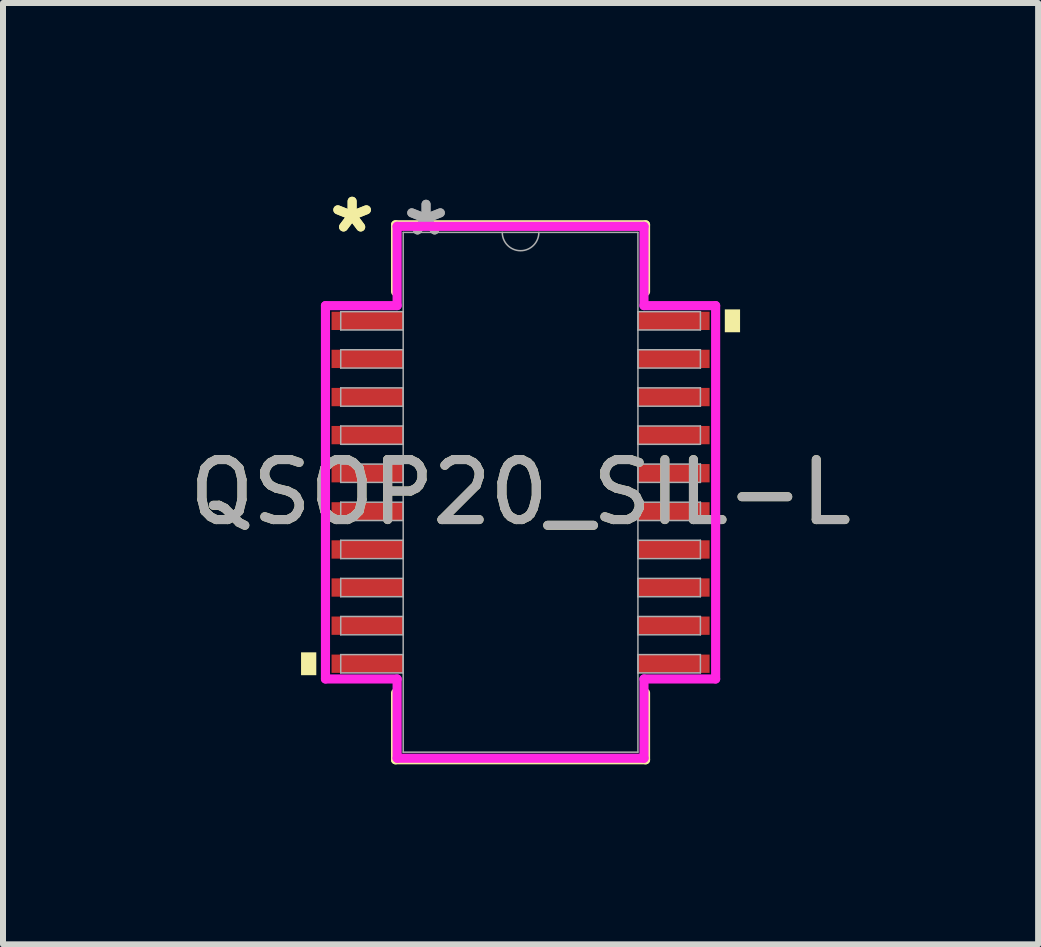
<source format=kicad_pcb>
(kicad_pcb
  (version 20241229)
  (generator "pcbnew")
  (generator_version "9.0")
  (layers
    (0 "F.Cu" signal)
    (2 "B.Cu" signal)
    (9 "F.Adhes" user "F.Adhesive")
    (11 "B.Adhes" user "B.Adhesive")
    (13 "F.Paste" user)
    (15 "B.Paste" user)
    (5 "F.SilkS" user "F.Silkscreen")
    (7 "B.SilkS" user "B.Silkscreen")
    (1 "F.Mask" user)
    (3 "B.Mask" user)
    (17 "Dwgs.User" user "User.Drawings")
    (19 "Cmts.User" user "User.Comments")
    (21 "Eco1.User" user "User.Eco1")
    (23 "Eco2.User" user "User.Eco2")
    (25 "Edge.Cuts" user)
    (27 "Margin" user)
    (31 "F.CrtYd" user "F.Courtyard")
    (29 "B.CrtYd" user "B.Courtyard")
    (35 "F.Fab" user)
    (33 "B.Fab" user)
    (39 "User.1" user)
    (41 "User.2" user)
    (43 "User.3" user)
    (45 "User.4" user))
  (footprint "QSOP20_SIL-L"
    (layer "F.Cu")
    (at 5.625 5.154)
    (property "Reference" "QSOP20_SIL-L" (at 0 0 0) (unlocked yes) (layer "F.SilkS") (effects (font (size 1 1) (thickness 0.15))))
    (attr smd)
    (fp_line (start -2.083 -4.458) (end -2.083 -3.343) (stroke (width 0.152) (type solid)) (layer "F.SilkS"))
    (fp_line (start -2.083 3.343) (end -2.083 4.458) (stroke (width 0.152) (type solid)) (layer "F.SilkS"))
    (fp_line (start -2.083 4.458) (end 2.083 4.458) (stroke (width 0.152) (type solid)) (layer "F.SilkS"))
    (fp_line (start 2.083 -4.458) (end -2.083 -4.458) (stroke (width 0.152) (type solid)) (layer "F.SilkS"))
    (fp_line (start 2.083 -3.343) (end 2.083 -4.458) (stroke (width 0.152) (type solid)) (layer "F.SilkS"))
    (fp_line (start 2.083 4.458) (end 2.083 3.343) (stroke (width 0.152) (type solid)) (layer "F.SilkS"))
    (fp_poly (pts (xy -3.658 2.667) (xy -3.658 3.048) (xy -3.404 3.048) (xy -3.404 2.667)) (stroke (width 0) (type solid)) (fill yes) (layer "F.SilkS"))
    (fp_poly (pts (xy 3.658 -3.048) (xy 3.658 -2.667) (xy 3.404 -2.667) (xy 3.404 -3.048)) (stroke (width 0) (type solid)) (fill yes) (layer "F.SilkS"))
    (fp_line (start -3.251 -3.111) (end -2.057 -3.111) (stroke (width 0.152) (type solid)) (layer "F.CrtYd"))
    (fp_line (start -3.251 3.111) (end -3.251 -3.111) (stroke (width 0.152) (type solid)) (layer "F.CrtYd"))
    (fp_line (start -3.251 3.111) (end -2.057 3.111) (stroke (width 0.152) (type solid)) (layer "F.CrtYd"))
    (fp_line (start -2.057 -4.432) (end 2.057 -4.432) (stroke (width 0.152) (type solid)) (layer "F.CrtYd"))
    (fp_line (start -2.057 -3.111) (end -2.057 -4.432) (stroke (width 0.152) (type solid)) (layer "F.CrtYd"))
    (fp_line (start -2.057 4.432) (end -2.057 3.111) (stroke (width 0.152) (type solid)) (layer "F.CrtYd"))
    (fp_line (start 2.057 -4.432) (end 2.057 -3.111) (stroke (width 0.152) (type solid)) (layer "F.CrtYd"))
    (fp_line (start 2.057 3.111) (end 2.057 4.432) (stroke (width 0.152) (type solid)) (layer "F.CrtYd"))
    (fp_line (start 2.057 4.432) (end -2.057 4.432) (stroke (width 0.152) (type solid)) (layer "F.CrtYd"))
    (fp_line (start 3.251 -3.111) (end 2.057 -3.111) (stroke (width 0.152) (type solid)) (layer "F.CrtYd"))
    (fp_line (start 3.251 -3.111) (end 3.251 3.111) (stroke (width 0.152) (type solid)) (layer "F.CrtYd"))
    (fp_line (start 3.251 3.111) (end 2.057 3.111) (stroke (width 0.152) (type solid)) (layer "F.CrtYd"))
    (fp_line (start -2.997 -3.01) (end -2.997 -2.705) (stroke (width 0.025) (type solid)) (layer "F.Fab"))
    (fp_line (start -2.997 -2.705) (end -1.956 -2.705) (stroke (width 0.025) (type solid)) (layer "F.Fab"))
    (fp_line (start -2.997 -2.375) (end -2.997 -2.07) (stroke (width 0.025) (type solid)) (layer "F.Fab"))
    (fp_line (start -2.997 -2.07) (end -1.956 -2.07) (stroke (width 0.025) (type solid)) (layer "F.Fab"))
    (fp_line (start -2.997 -1.74) (end -2.997 -1.435) (stroke (width 0.025) (type solid)) (layer "F.Fab"))
    (fp_line (start -2.997 -1.435) (end -1.956 -1.435) (stroke (width 0.025) (type solid)) (layer "F.Fab"))
    (fp_line (start -2.997 -1.105) (end -2.997 -0.8) (stroke (width 0.025) (type solid)) (layer "F.Fab"))
    (fp_line (start -2.997 -0.8) (end -1.956 -0.8) (stroke (width 0.025) (type solid)) (layer "F.Fab"))
    (fp_line (start -2.997 -0.47) (end -2.997 -0.165) (stroke (width 0.025) (type solid)) (layer "F.Fab"))
    (fp_line (start -2.997 -0.165) (end -1.956 -0.165) (stroke (width 0.025) (type solid)) (layer "F.Fab"))
    (fp_line (start -2.997 0.165) (end -2.997 0.47) (stroke (width 0.025) (type solid)) (layer "F.Fab"))
    (fp_line (start -2.997 0.47) (end -1.956 0.47) (stroke (width 0.025) (type solid)) (layer "F.Fab"))
    (fp_line (start -2.997 0.8) (end -2.997 1.105) (stroke (width 0.025) (type solid)) (layer "F.Fab"))
    (fp_line (start -2.997 1.105) (end -1.956 1.105) (stroke (width 0.025) (type solid)) (layer "F.Fab"))
    (fp_line (start -2.997 1.435) (end -2.997 1.74) (stroke (width 0.025) (type solid)) (layer "F.Fab"))
    (fp_line (start -2.997 1.74) (end -1.956 1.74) (stroke (width 0.025) (type solid)) (layer "F.Fab"))
    (fp_line (start -2.997 2.07) (end -2.997 2.375) (stroke (width 0.025) (type solid)) (layer "F.Fab"))
    (fp_line (start -2.997 2.375) (end -1.956 2.375) (stroke (width 0.025) (type solid)) (layer "F.Fab"))
    (fp_line (start -2.997 2.705) (end -2.997 3.01) (stroke (width 0.025) (type solid)) (layer "F.Fab"))
    (fp_line (start -2.997 3.01) (end -1.956 3.01) (stroke (width 0.025) (type solid)) (layer "F.Fab"))
    (fp_line (start -1.956 -4.331) (end -1.956 4.331) (stroke (width 0.025) (type solid)) (layer "F.Fab"))
    (fp_line (start -1.956 -3.01) (end -2.997 -3.01) (stroke (width 0.025) (type solid)) (layer "F.Fab"))
    (fp_line (start -1.956 -2.705) (end -1.956 -3.01) (stroke (width 0.025) (type solid)) (layer "F.Fab"))
    (fp_line (start -1.956 -2.375) (end -2.997 -2.375) (stroke (width 0.025) (type solid)) (layer "F.Fab"))
    (fp_line (start -1.956 -2.07) (end -1.956 -2.375) (stroke (width 0.025) (type solid)) (layer "F.Fab"))
    (fp_line (start -1.956 -1.74) (end -2.997 -1.74) (stroke (width 0.025) (type solid)) (layer "F.Fab"))
    (fp_line (start -1.956 -1.435) (end -1.956 -1.74) (stroke (width 0.025) (type solid)) (layer "F.Fab"))
    (fp_line (start -1.956 -1.105) (end -2.997 -1.105) (stroke (width 0.025) (type solid)) (layer "F.Fab"))
    (fp_line (start -1.956 -0.8) (end -1.956 -1.105) (stroke (width 0.025) (type solid)) (layer "F.Fab"))
    (fp_line (start -1.956 -0.47) (end -2.997 -0.47) (stroke (width 0.025) (type solid)) (layer "F.Fab"))
    (fp_line (start -1.956 -0.165) (end -1.956 -0.47) (stroke (width 0.025) (type solid)) (layer "F.Fab"))
    (fp_line (start -1.956 0.165) (end -2.997 0.165) (stroke (width 0.025) (type solid)) (layer "F.Fab"))
    (fp_line (start -1.956 0.47) (end -1.956 0.165) (stroke (width 0.025) (type solid)) (layer "F.Fab"))
    (fp_line (start -1.956 0.8) (end -2.997 0.8) (stroke (width 0.025) (type solid)) (layer "F.Fab"))
    (fp_line (start -1.956 1.105) (end -1.956 0.8) (stroke (width 0.025) (type solid)) (layer "F.Fab"))
    (fp_line (start -1.956 1.435) (end -2.997 1.435) (stroke (width 0.025) (type solid)) (layer "F.Fab"))
    (fp_line (start -1.956 1.74) (end -1.956 1.435) (stroke (width 0.025) (type solid)) (layer "F.Fab"))
    (fp_line (start -1.956 2.07) (end -2.997 2.07) (stroke (width 0.025) (type solid)) (layer "F.Fab"))
    (fp_line (start -1.956 2.375) (end -1.956 2.07) (stroke (width 0.025) (type solid)) (layer "F.Fab"))
    (fp_line (start -1.956 2.705) (end -2.997 2.705) (stroke (width 0.025) (type solid)) (layer "F.Fab"))
    (fp_line (start -1.956 3.01) (end -1.956 2.705) (stroke (width 0.025) (type solid)) (layer "F.Fab"))
    (fp_line (start -1.956 4.331) (end 1.956 4.331) (stroke (width 0.025) (type solid)) (layer "F.Fab"))
    (fp_line (start 1.956 -4.331) (end -1.956 -4.331) (stroke (width 0.025) (type solid)) (layer "F.Fab"))
    (fp_line (start 1.956 -3.01) (end 1.956 -2.705) (stroke (width 0.025) (type solid)) (layer "F.Fab"))
    (fp_line (start 1.956 -2.705) (end 2.997 -2.705) (stroke (width 0.025) (type solid)) (layer "F.Fab"))
    (fp_line (start 1.956 -2.375) (end 1.956 -2.07) (stroke (width 0.025) (type solid)) (layer "F.Fab"))
    (fp_line (start 1.956 -2.07) (end 2.997 -2.07) (stroke (width 0.025) (type solid)) (layer "F.Fab"))
    (fp_line (start 1.956 -1.74) (end 1.956 -1.435) (stroke (width 0.025) (type solid)) (layer "F.Fab"))
    (fp_line (start 1.956 -1.435) (end 2.997 -1.435) (stroke (width 0.025) (type solid)) (layer "F.Fab"))
    (fp_line (start 1.956 -1.105) (end 1.956 -0.8) (stroke (width 0.025) (type solid)) (layer "F.Fab"))
    (fp_line (start 1.956 -0.8) (end 2.997 -0.8) (stroke (width 0.025) (type solid)) (layer "F.Fab"))
    (fp_line (start 1.956 -0.47) (end 1.956 -0.165) (stroke (width 0.025) (type solid)) (layer "F.Fab"))
    (fp_line (start 1.956 -0.165) (end 2.997 -0.165) (stroke (width 0.025) (type solid)) (layer "F.Fab"))
    (fp_line (start 1.956 0.165) (end 1.956 0.47) (stroke (width 0.025) (type solid)) (layer "F.Fab"))
    (fp_line (start 1.956 0.47) (end 2.997 0.47) (stroke (width 0.025) (type solid)) (layer "F.Fab"))
    (fp_line (start 1.956 0.8) (end 1.956 1.105) (stroke (width 0.025) (type solid)) (layer "F.Fab"))
    (fp_line (start 1.956 1.105) (end 2.997 1.105) (stroke (width 0.025) (type solid)) (layer "F.Fab"))
    (fp_line (start 1.956 1.435) (end 1.956 1.74) (stroke (width 0.025) (type solid)) (layer "F.Fab"))
    (fp_line (start 1.956 1.74) (end 2.997 1.74) (stroke (width 0.025) (type solid)) (layer "F.Fab"))
    (fp_line (start 1.956 2.07) (end 1.956 2.375) (stroke (width 0.025) (type solid)) (layer "F.Fab"))
    (fp_line (start 1.956 2.375) (end 2.997 2.375) (stroke (width 0.025) (type solid)) (layer "F.Fab"))
    (fp_line (start 1.956 2.705) (end 1.956 3.01) (stroke (width 0.025) (type solid)) (layer "F.Fab"))
    (fp_line (start 1.956 3.01) (end 2.997 3.01) (stroke (width 0.025) (type solid)) (layer "F.Fab"))
    (fp_line (start 1.956 4.331) (end 1.956 -4.331) (stroke (width 0.025) (type solid)) (layer "F.Fab"))
    (fp_line (start 2.997 -3.01) (end 1.956 -3.01) (stroke (width 0.025) (type solid)) (layer "F.Fab"))
    (fp_line (start 2.997 -2.705) (end 2.997 -3.01) (stroke (width 0.025) (type solid)) (layer "F.Fab"))
    (fp_line (start 2.997 -2.375) (end 1.956 -2.375) (stroke (width 0.025) (type solid)) (layer "F.Fab"))
    (fp_line (start 2.997 -2.07) (end 2.997 -2.375) (stroke (width 0.025) (type solid)) (layer "F.Fab"))
    (fp_line (start 2.997 -1.74) (end 1.956 -1.74) (stroke (width 0.025) (type solid)) (layer "F.Fab"))
    (fp_line (start 2.997 -1.435) (end 2.997 -1.74) (stroke (width 0.025) (type solid)) (layer "F.Fab"))
    (fp_line (start 2.997 -1.105) (end 1.956 -1.105) (stroke (width 0.025) (type solid)) (layer "F.Fab"))
    (fp_line (start 2.997 -0.8) (end 2.997 -1.105) (stroke (width 0.025) (type solid)) (layer "F.Fab"))
    (fp_line (start 2.997 -0.47) (end 1.956 -0.47) (stroke (width 0.025) (type solid)) (layer "F.Fab"))
    (fp_line (start 2.997 -0.165) (end 2.997 -0.47) (stroke (width 0.025) (type solid)) (layer "F.Fab"))
    (fp_line (start 2.997 0.165) (end 1.956 0.165) (stroke (width 0.025) (type solid)) (layer "F.Fab"))
    (fp_line (start 2.997 0.47) (end 2.997 0.165) (stroke (width 0.025) (type solid)) (layer "F.Fab"))
    (fp_line (start 2.997 0.8) (end 1.956 0.8) (stroke (width 0.025) (type solid)) (layer "F.Fab"))
    (fp_line (start 2.997 1.105) (end 2.997 0.8) (stroke (width 0.025) (type solid)) (layer "F.Fab"))
    (fp_line (start 2.997 1.435) (end 1.956 1.435) (stroke (width 0.025) (type solid)) (layer "F.Fab"))
    (fp_line (start 2.997 1.74) (end 2.997 1.435) (stroke (width 0.025) (type solid)) (layer "F.Fab"))
    (fp_line (start 2.997 2.07) (end 1.956 2.07) (stroke (width 0.025) (type solid)) (layer "F.Fab"))
    (fp_line (start 2.997 2.375) (end 2.997 2.07) (stroke (width 0.025) (type solid)) (layer "F.Fab"))
    (fp_line (start 2.997 2.705) (end 1.956 2.705) (stroke (width 0.025) (type solid)) (layer "F.Fab"))
    (fp_line (start 2.997 3.01) (end 2.997 2.705) (stroke (width 0.025) (type solid)) (layer "F.Fab"))
    (fp_arc (start 0.3048 -4.3307) (mid 0 -4.0259) (end -0.3048 -4.3307) (stroke (width 0.0254) (type solid)) (layer "F.Fab"))
    (fp_text user "*" (at -2.807 -4.305 0) (unlocked yes) (layer "F.SilkS") (effects (font (size 1 1) (thickness 0.15))))
    (fp_text user "*" (at -2.807 -4.305 0) (layer "F.SilkS") (effects (font (size 1 1) (thickness 0.15))))
    (fp_text user "*" (at -1.575 -4.255 0) (layer "F.Fab") (effects (font (size 1 1) (thickness 0.15))))
    (fp_text user "*" (at -1.575 -4.255 0) (unlocked yes) (layer "F.Fab") (effects (font (size 1 1) (thickness 0.15))))
    (fp_text user "${REFERENCE}" (at 0 0 0) (unlocked yes) (layer "F.Fab") (effects (font (size 1 1) (thickness 0.15))))
    (pad "1" smd rect (at -2.553 -2.857) (size 1.194 0.305) (layers "F.Cu" "F.Mask" "F.Paste"))
    (pad "2" smd rect (at -2.553 -2.223) (size 1.194 0.305) (layers "F.Cu" "F.Mask" "F.Paste"))
    (pad "3" smd rect (at -2.553 -1.587) (size 1.194 0.305) (layers "F.Cu" "F.Mask" "F.Paste"))
    (pad "4" smd rect (at -2.553 -0.953) (size 1.194 0.305) (layers "F.Cu" "F.Mask" "F.Paste"))
    (pad "5" smd rect (at -2.553 -0.318) (size 1.194 0.305) (layers "F.Cu" "F.Mask" "F.Paste"))
    (pad "6" smd rect (at -2.553 0.318) (size 1.194 0.305) (layers "F.Cu" "F.Mask" "F.Paste"))
    (pad "7" smd rect (at -2.553 0.953) (size 1.194 0.305) (layers "F.Cu" "F.Mask" "F.Paste"))
    (pad "8" smd rect (at -2.553 1.587) (size 1.194 0.305) (layers "F.Cu" "F.Mask" "F.Paste"))
    (pad "9" smd rect (at -2.553 2.223) (size 1.194 0.305) (layers "F.Cu" "F.Mask" "F.Paste"))
    (pad "10" smd rect (at -2.553 2.857) (size 1.194 0.305) (layers "F.Cu" "F.Mask" "F.Paste"))
    (pad "11" smd rect (at 2.553 2.857) (size 1.194 0.305) (layers "F.Cu" "F.Mask" "F.Paste"))
    (pad "12" smd rect (at 2.553 2.223) (size 1.194 0.305) (layers "F.Cu" "F.Mask" "F.Paste"))
    (pad "13" smd rect (at 2.553 1.587) (size 1.194 0.305) (layers "F.Cu" "F.Mask" "F.Paste"))
    (pad "14" smd rect (at 2.553 0.953) (size 1.194 0.305) (layers "F.Cu" "F.Mask" "F.Paste"))
    (pad "15" smd rect (at 2.553 0.318) (size 1.194 0.305) (layers "F.Cu" "F.Mask" "F.Paste"))
    (pad "16" smd rect (at 2.553 -0.318) (size 1.194 0.305) (layers "F.Cu" "F.Mask" "F.Paste"))
    (pad "17" smd rect (at 2.553 -0.953) (size 1.194 0.305) (layers "F.Cu" "F.Mask" "F.Paste"))
    (pad "18" smd rect (at 2.553 -1.587) (size 1.194 0.305) (layers "F.Cu" "F.Mask" "F.Paste"))
    (pad "19" smd rect (at 2.553 -2.223) (size 1.194 0.305) (layers "F.Cu" "F.Mask" "F.Paste"))
    (pad "20" smd rect (at 2.553 -2.857) (size 1.194 0.305) (layers "F.Cu" "F.Mask" "F.Paste")))
  (gr_rect
    (start -3 -3)
    (end 14.25 12.687)
    (stroke (width 0.1) (type default))
    (fill no)
    (layer "Edge.Cuts")))
</source>
